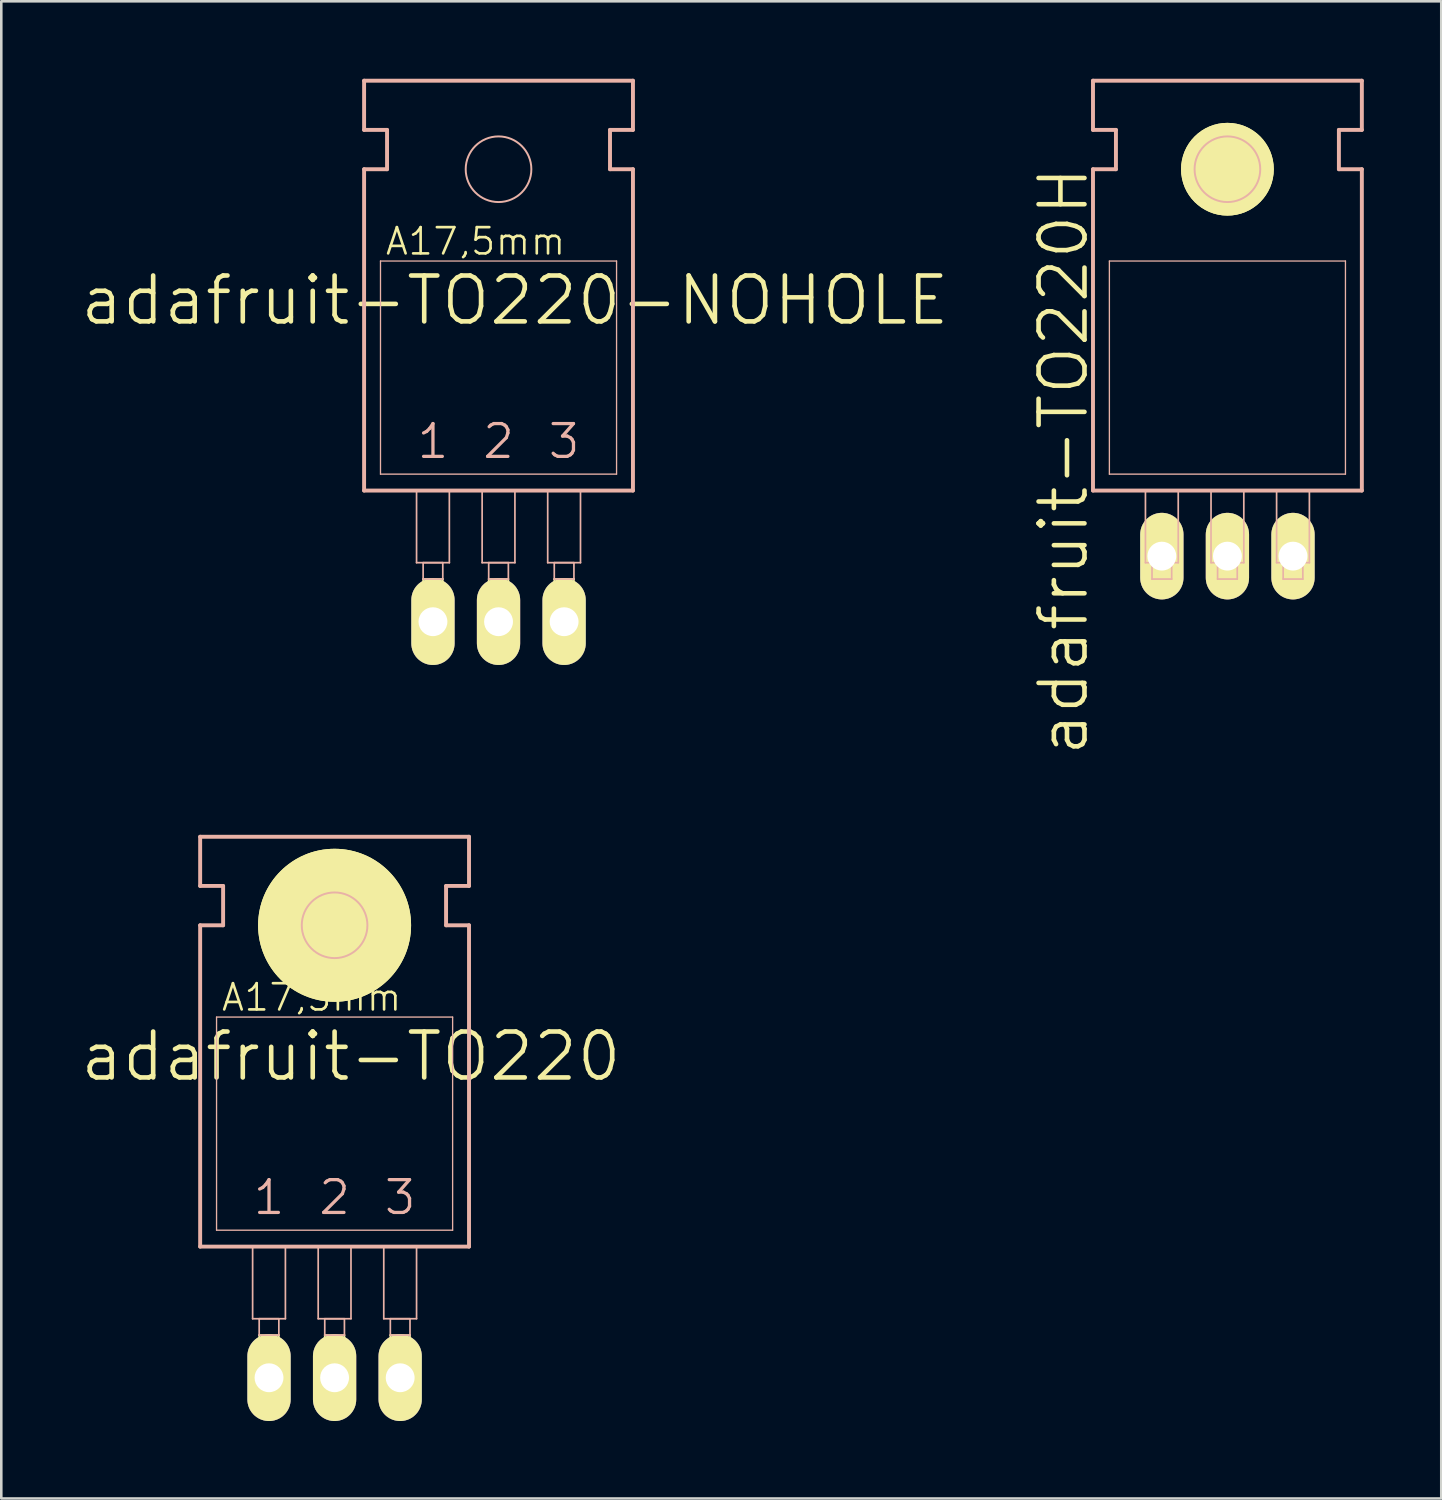
<source format=kicad_pcb>
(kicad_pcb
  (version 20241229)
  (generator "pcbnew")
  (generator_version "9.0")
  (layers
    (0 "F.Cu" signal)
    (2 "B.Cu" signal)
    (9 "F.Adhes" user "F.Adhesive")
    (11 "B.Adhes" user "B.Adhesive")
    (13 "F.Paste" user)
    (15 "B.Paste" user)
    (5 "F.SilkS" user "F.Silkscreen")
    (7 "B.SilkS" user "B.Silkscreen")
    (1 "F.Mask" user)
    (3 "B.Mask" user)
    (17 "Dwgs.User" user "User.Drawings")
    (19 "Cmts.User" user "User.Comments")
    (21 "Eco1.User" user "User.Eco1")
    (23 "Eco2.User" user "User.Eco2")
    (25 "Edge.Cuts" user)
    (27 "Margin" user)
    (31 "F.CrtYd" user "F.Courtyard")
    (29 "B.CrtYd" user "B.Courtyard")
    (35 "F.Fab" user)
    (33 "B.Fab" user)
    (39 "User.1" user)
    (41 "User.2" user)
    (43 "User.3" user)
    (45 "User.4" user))
  (footprint "adafruit-TO220"
    (layer "F.Cu")
    (at 9.91 43.966)
    (property "Reference" "adafruit-TO220" (at 0.635 -6.096 0) (layer "F.SilkS") (effects (font (size 1.778 1.778) (thickness 0.178))))
    (attr exclude_from_pos_files exclude_from_bom)
    (fp_line (start -2.921 4.699) (end -2.159 4.699) (stroke (width 0.066) (type solid)) (layer "F.SilkS"))
    (fp_line (start -2.921 6.604) (end -2.921 4.699) (stroke (width 0.066) (type solid)) (layer "F.SilkS"))
    (fp_line (start -2.921 6.604) (end -2.159 6.604) (stroke (width 0.066) (type solid)) (layer "F.SilkS"))
    (fp_line (start -2.159 6.604) (end -2.159 4.699) (stroke (width 0.066) (type solid)) (layer "F.SilkS"))
    (fp_line (start -1.651 -11.176) (end 1.651 -11.176) (stroke (width 0.127) (type solid)) (layer "F.SilkS"))
    (fp_line (start -0.381 4.699) (end 0.381 4.699) (stroke (width 0.066) (type solid)) (layer "F.SilkS"))
    (fp_line (start -0.381 6.604) (end -0.381 4.699) (stroke (width 0.066) (type solid)) (layer "F.SilkS"))
    (fp_line (start -0.381 6.604) (end 0.381 6.604) (stroke (width 0.066) (type solid)) (layer "F.SilkS"))
    (fp_line (start 0 -9.525) (end 0 -12.827) (stroke (width 0.127) (type solid)) (layer "F.SilkS"))
    (fp_line (start 0.381 6.604) (end 0.381 4.699) (stroke (width 0.066) (type solid)) (layer "F.SilkS"))
    (fp_line (start 2.159 4.699) (end 2.921 4.699) (stroke (width 0.066) (type solid)) (layer "F.SilkS"))
    (fp_line (start 2.159 6.604) (end 2.159 4.699) (stroke (width 0.066) (type solid)) (layer "F.SilkS"))
    (fp_line (start 2.159 6.604) (end 2.921 6.604) (stroke (width 0.066) (type solid)) (layer "F.SilkS"))
    (fp_line (start 2.921 6.604) (end 2.921 4.699) (stroke (width 0.066) (type solid)) (layer "F.SilkS"))
    (fp_circle (center 0 -11.176) (end -2.095 -13.271) (stroke (width 0) (type solid)) (fill yes) (layer "F.SilkS"))
    (fp_circle (center 0 -11.176) (end -2.095 -13.271) (stroke (width 0) (type solid)) (fill yes) (layer "F.SilkS"))
    (fp_circle (center 0 -11.176) (end -0.826 -12.002) (stroke (width 0.127) (type solid)) (fill no) (layer "F.SilkS"))
    (fp_line (start -5.207 -12.7) (end -5.207 -14.605) (stroke (width 0.152) (type solid)) (layer "B.SilkS"))
    (fp_line (start -5.207 -11.176) (end -4.318 -11.176) (stroke (width 0.152) (type solid)) (layer "B.SilkS"))
    (fp_line (start -5.207 1.27) (end -5.207 -11.176) (stroke (width 0.152) (type solid)) (layer "B.SilkS"))
    (fp_line (start -5.207 1.27) (end 5.207 1.27) (stroke (width 0.152) (type solid)) (layer "B.SilkS"))
    (fp_line (start -4.572 0.635) (end -4.572 -7.62) (stroke (width 0.051) (type solid)) (layer "B.SilkS"))
    (fp_line (start -4.572 0.635) (end 4.572 0.635) (stroke (width 0.051) (type solid)) (layer "B.SilkS"))
    (fp_line (start -4.318 -12.7) (end -5.207 -12.7) (stroke (width 0.152) (type solid)) (layer "B.SilkS"))
    (fp_line (start -4.318 -11.176) (end -4.318 -12.7) (stroke (width 0.152) (type solid)) (layer "B.SilkS"))
    (fp_line (start -3.175 1.27) (end -1.905 1.27) (stroke (width 0.066) (type solid)) (layer "B.SilkS"))
    (fp_line (start -3.175 4.064) (end -3.175 1.27) (stroke (width 0.066) (type solid)) (layer "B.SilkS"))
    (fp_line (start -3.175 4.064) (end -1.905 4.064) (stroke (width 0.066) (type solid)) (layer "B.SilkS"))
    (fp_line (start -2.921 4.064) (end -2.159 4.064) (stroke (width 0.066) (type solid)) (layer "B.SilkS"))
    (fp_line (start -2.921 4.699) (end -2.921 4.064) (stroke (width 0.066) (type solid)) (layer "B.SilkS"))
    (fp_line (start -2.921 4.699) (end -2.159 4.699) (stroke (width 0.066) (type solid)) (layer "B.SilkS"))
    (fp_line (start -2.159 4.699) (end -2.159 4.064) (stroke (width 0.066) (type solid)) (layer "B.SilkS"))
    (fp_line (start -1.905 4.064) (end -1.905 1.27) (stroke (width 0.066) (type solid)) (layer "B.SilkS"))
    (fp_line (start -0.635 1.27) (end 0.635 1.27) (stroke (width 0.066) (type solid)) (layer "B.SilkS"))
    (fp_line (start -0.635 4.064) (end -0.635 1.27) (stroke (width 0.066) (type solid)) (layer "B.SilkS"))
    (fp_line (start -0.635 4.064) (end 0.635 4.064) (stroke (width 0.066) (type solid)) (layer "B.SilkS"))
    (fp_line (start -0.381 4.064) (end 0.381 4.064) (stroke (width 0.066) (type solid)) (layer "B.SilkS"))
    (fp_line (start -0.381 4.699) (end -0.381 4.064) (stroke (width 0.066) (type solid)) (layer "B.SilkS"))
    (fp_line (start -0.381 4.699) (end 0.381 4.699) (stroke (width 0.066) (type solid)) (layer "B.SilkS"))
    (fp_line (start 0.381 4.699) (end 0.381 4.064) (stroke (width 0.066) (type solid)) (layer "B.SilkS"))
    (fp_line (start 0.635 4.064) (end 0.635 1.27) (stroke (width 0.066) (type solid)) (layer "B.SilkS"))
    (fp_line (start 1.905 1.27) (end 3.175 1.27) (stroke (width 0.066) (type solid)) (layer "B.SilkS"))
    (fp_line (start 1.905 4.064) (end 1.905 1.27) (stroke (width 0.066) (type solid)) (layer "B.SilkS"))
    (fp_line (start 1.905 4.064) (end 3.175 4.064) (stroke (width 0.066) (type solid)) (layer "B.SilkS"))
    (fp_line (start 2.159 4.064) (end 2.921 4.064) (stroke (width 0.066) (type solid)) (layer "B.SilkS"))
    (fp_line (start 2.159 4.699) (end 2.159 4.064) (stroke (width 0.066) (type solid)) (layer "B.SilkS"))
    (fp_line (start 2.159 4.699) (end 2.921 4.699) (stroke (width 0.066) (type solid)) (layer "B.SilkS"))
    (fp_line (start 2.921 4.699) (end 2.921 4.064) (stroke (width 0.066) (type solid)) (layer "B.SilkS"))
    (fp_line (start 3.175 4.064) (end 3.175 1.27) (stroke (width 0.066) (type solid)) (layer "B.SilkS"))
    (fp_line (start 4.318 -12.7) (end 5.207 -12.7) (stroke (width 0.152) (type solid)) (layer "B.SilkS"))
    (fp_line (start 4.318 -11.176) (end 4.318 -12.7) (stroke (width 0.152) (type solid)) (layer "B.SilkS"))
    (fp_line (start 4.572 -7.62) (end -4.572 -7.62) (stroke (width 0.051) (type solid)) (layer "B.SilkS"))
    (fp_line (start 4.572 -7.62) (end 4.572 0.635) (stroke (width 0.051) (type solid)) (layer "B.SilkS"))
    (fp_line (start 5.207 -14.605) (end -5.207 -14.605) (stroke (width 0.152) (type solid)) (layer "B.SilkS"))
    (fp_line (start 5.207 -12.7) (end 5.207 -14.605) (stroke (width 0.152) (type solid)) (layer "B.SilkS"))
    (fp_line (start 5.207 -11.176) (end 4.318 -11.176) (stroke (width 0.152) (type solid)) (layer "B.SilkS"))
    (fp_line (start 5.207 1.27) (end 5.207 -11.176) (stroke (width 0.152) (type solid)) (layer "B.SilkS"))
    (fp_circle (center 0 -11.176) (end -0.899 -12.075) (stroke (width 0.076) (type solid)) (fill no) (layer "B.SilkS"))
    (fp_text user "A17,5mm" (at -0.889 -8.382 0) (layer "F.SilkS") (effects (font (size 1.016 1.016) (thickness 0.102))))
    (fp_text user "1" (at -2.54 -0.635 0) (layer "B.SilkS") (effects (font (size 1.27 1.27) (thickness 0.127))))
    (fp_text user "3" (at 2.54 -0.635 0) (layer "B.SilkS") (effects (font (size 1.27 1.27) (thickness 0.127))))
    (fp_text user "2" (at 0 -0.635 0) (layer "B.SilkS") (effects (font (size 1.27 1.27) (thickness 0.127))))
    (pad "1" thru_hole oval (at -2.54 6.35 180) (size 1.676 3.353) (drill 1.118) (layers "*.Cu" "F.Mask" "F.SilkS" "F.Paste"))
    (pad "2" thru_hole oval (at 0 6.35 180) (size 1.676 3.353) (drill 1.118) (layers "*.Cu" "F.Mask" "F.SilkS" "F.Paste"))
    (pad "3" thru_hole oval (at 2.54 6.35 180) (size 1.676 3.353) (drill 1.118) (layers "*.Cu" "F.Mask" "F.SilkS" "F.Paste")))
  (footprint "adafruit-TO220H"
    (layer "F.Cu")
    (at 44.493 8.331)
    (property "Reference" "adafruit-TO220H" (at -6.35 6.477 90) (layer "F.SilkS") (effects (font (size 1.778 1.778) (thickness 0.178))))
    (attr exclude_from_pos_files exclude_from_bom)
    (fp_line (start -1.651 -4.826) (end 1.651 -4.826) (stroke (width 0.127) (type solid)) (layer "F.SilkS"))
    (fp_line (start 0 -3.175) (end 0 -6.477) (stroke (width 0.127) (type solid)) (layer "F.SilkS"))
    (fp_circle (center 0 -4.826) (end -1.27 -6.096) (stroke (width 0) (type solid)) (fill yes) (layer "F.SilkS"))
    (fp_circle (center 0 -4.826) (end -1.27 -6.096) (stroke (width 0) (type solid)) (fill yes) (layer "F.SilkS"))
    (fp_circle (center 0 -4.826) (end -0.826 -5.652) (stroke (width 0.127) (type solid)) (fill no) (layer "F.SilkS"))
    (fp_line (start -5.207 -6.35) (end -5.207 -8.255) (stroke (width 0.152) (type solid)) (layer "B.SilkS"))
    (fp_line (start -5.207 -4.826) (end -4.318 -4.826) (stroke (width 0.152) (type solid)) (layer "B.SilkS"))
    (fp_line (start -5.207 7.62) (end -5.207 -4.826) (stroke (width 0.152) (type solid)) (layer "B.SilkS"))
    (fp_line (start -5.207 7.62) (end 5.207 7.62) (stroke (width 0.152) (type solid)) (layer "B.SilkS"))
    (fp_line (start -4.572 6.985) (end -4.572 -1.27) (stroke (width 0.051) (type solid)) (layer "B.SilkS"))
    (fp_line (start -4.572 6.985) (end 4.572 6.985) (stroke (width 0.051) (type solid)) (layer "B.SilkS"))
    (fp_line (start -4.318 -6.35) (end -5.207 -6.35) (stroke (width 0.152) (type solid)) (layer "B.SilkS"))
    (fp_line (start -4.318 -4.826) (end -4.318 -6.35) (stroke (width 0.152) (type solid)) (layer "B.SilkS"))
    (fp_line (start -3.175 7.62) (end -1.905 7.62) (stroke (width 0.066) (type solid)) (layer "B.SilkS"))
    (fp_line (start -3.175 10.414) (end -3.175 7.62) (stroke (width 0.066) (type solid)) (layer "B.SilkS"))
    (fp_line (start -3.175 10.414) (end -1.905 10.414) (stroke (width 0.066) (type solid)) (layer "B.SilkS"))
    (fp_line (start -2.921 10.414) (end -2.159 10.414) (stroke (width 0.066) (type solid)) (layer "B.SilkS"))
    (fp_line (start -2.921 11.049) (end -2.921 10.414) (stroke (width 0.066) (type solid)) (layer "B.SilkS"))
    (fp_line (start -2.921 11.049) (end -2.159 11.049) (stroke (width 0.066) (type solid)) (layer "B.SilkS"))
    (fp_line (start -2.159 11.049) (end -2.159 10.414) (stroke (width 0.066) (type solid)) (layer "B.SilkS"))
    (fp_line (start -1.905 10.414) (end -1.905 7.62) (stroke (width 0.066) (type solid)) (layer "B.SilkS"))
    (fp_line (start -0.635 7.62) (end 0.635 7.62) (stroke (width 0.066) (type solid)) (layer "B.SilkS"))
    (fp_line (start -0.635 10.414) (end -0.635 7.62) (stroke (width 0.066) (type solid)) (layer "B.SilkS"))
    (fp_line (start -0.635 10.414) (end 0.635 10.414) (stroke (width 0.066) (type solid)) (layer "B.SilkS"))
    (fp_line (start -0.381 10.414) (end 0.381 10.414) (stroke (width 0.066) (type solid)) (layer "B.SilkS"))
    (fp_line (start -0.381 11.049) (end -0.381 10.414) (stroke (width 0.066) (type solid)) (layer "B.SilkS"))
    (fp_line (start -0.381 11.049) (end 0.381 11.049) (stroke (width 0.066) (type solid)) (layer "B.SilkS"))
    (fp_line (start 0.381 11.049) (end 0.381 10.414) (stroke (width 0.066) (type solid)) (layer "B.SilkS"))
    (fp_line (start 0.635 10.414) (end 0.635 7.62) (stroke (width 0.066) (type solid)) (layer "B.SilkS"))
    (fp_line (start 1.905 7.62) (end 3.175 7.62) (stroke (width 0.066) (type solid)) (layer "B.SilkS"))
    (fp_line (start 1.905 10.414) (end 1.905 7.62) (stroke (width 0.066) (type solid)) (layer "B.SilkS"))
    (fp_line (start 1.905 10.414) (end 3.175 10.414) (stroke (width 0.066) (type solid)) (layer "B.SilkS"))
    (fp_line (start 2.159 10.414) (end 2.921 10.414) (stroke (width 0.066) (type solid)) (layer "B.SilkS"))
    (fp_line (start 2.159 11.049) (end 2.159 10.414) (stroke (width 0.066) (type solid)) (layer "B.SilkS"))
    (fp_line (start 2.159 11.049) (end 2.921 11.049) (stroke (width 0.066) (type solid)) (layer "B.SilkS"))
    (fp_line (start 2.921 11.049) (end 2.921 10.414) (stroke (width 0.066) (type solid)) (layer "B.SilkS"))
    (fp_line (start 3.175 10.414) (end 3.175 7.62) (stroke (width 0.066) (type solid)) (layer "B.SilkS"))
    (fp_line (start 4.318 -6.35) (end 5.207 -6.35) (stroke (width 0.152) (type solid)) (layer "B.SilkS"))
    (fp_line (start 4.318 -4.826) (end 4.318 -6.35) (stroke (width 0.152) (type solid)) (layer "B.SilkS"))
    (fp_line (start 4.572 -1.27) (end -4.572 -1.27) (stroke (width 0.051) (type solid)) (layer "B.SilkS"))
    (fp_line (start 4.572 -1.27) (end 4.572 6.985) (stroke (width 0.051) (type solid)) (layer "B.SilkS"))
    (fp_line (start 5.207 -8.255) (end -5.207 -8.255) (stroke (width 0.152) (type solid)) (layer "B.SilkS"))
    (fp_line (start 5.207 -6.35) (end 5.207 -8.255) (stroke (width 0.152) (type solid)) (layer "B.SilkS"))
    (fp_line (start 5.207 -4.826) (end 4.318 -4.826) (stroke (width 0.152) (type solid)) (layer "B.SilkS"))
    (fp_line (start 5.207 7.62) (end 5.207 -4.826) (stroke (width 0.152) (type solid)) (layer "B.SilkS"))
    (fp_circle (center 0 -4.826) (end -0.899 -5.725) (stroke (width 0.076) (type solid)) (fill no) (layer "B.SilkS"))
    (pad "1" thru_hole oval (at -2.54 10.16 180) (size 1.676 3.353) (drill 1.118) (layers "*.Cu" "F.Mask" "F.SilkS" "F.Paste"))
    (pad "2" thru_hole oval (at 0 10.16 180) (size 1.676 3.353) (drill 1.118) (layers "*.Cu" "F.Mask" "F.SilkS" "F.Paste"))
    (pad "3" thru_hole oval (at 2.54 10.16 180) (size 1.676 3.353) (drill 1.118) (layers "*.Cu" "F.Mask" "F.SilkS" "F.Paste")))
  (footprint "adafruit-TO220-NOHOLE"
    (layer "F.Cu")
    (at 16.26 14.681)
    (property "Reference" "adafruit-TO220-NOHOLE" (at 0.635 -6.096 0) (layer "F.SilkS") (effects (font (size 1.778 1.778) (thickness 0.178))))
    (attr exclude_from_pos_files exclude_from_bom)
    (fp_line (start -2.921 4.699) (end -2.159 4.699) (stroke (width 0.066) (type solid)) (layer "F.SilkS"))
    (fp_line (start -2.921 6.604) (end -2.921 4.699) (stroke (width 0.066) (type solid)) (layer "F.SilkS"))
    (fp_line (start -2.921 6.604) (end -2.159 6.604) (stroke (width 0.066) (type solid)) (layer "F.SilkS"))
    (fp_line (start -2.159 6.604) (end -2.159 4.699) (stroke (width 0.066) (type solid)) (layer "F.SilkS"))
    (fp_line (start -0.381 4.699) (end 0.381 4.699) (stroke (width 0.066) (type solid)) (layer "F.SilkS"))
    (fp_line (start -0.381 6.604) (end -0.381 4.699) (stroke (width 0.066) (type solid)) (layer "F.SilkS"))
    (fp_line (start -0.381 6.604) (end 0.381 6.604) (stroke (width 0.066) (type solid)) (layer "F.SilkS"))
    (fp_line (start 0.381 6.604) (end 0.381 4.699) (stroke (width 0.066) (type solid)) (layer "F.SilkS"))
    (fp_line (start 2.159 4.699) (end 2.921 4.699) (stroke (width 0.066) (type solid)) (layer "F.SilkS"))
    (fp_line (start 2.159 6.604) (end 2.159 4.699) (stroke (width 0.066) (type solid)) (layer "F.SilkS"))
    (fp_line (start 2.159 6.604) (end 2.921 6.604) (stroke (width 0.066) (type solid)) (layer "F.SilkS"))
    (fp_line (start 2.921 6.604) (end 2.921 4.699) (stroke (width 0.066) (type solid)) (layer "F.SilkS"))
    (fp_line (start -5.207 -12.7) (end -5.207 -14.605) (stroke (width 0.152) (type solid)) (layer "B.SilkS"))
    (fp_line (start -5.207 -11.176) (end -4.318 -11.176) (stroke (width 0.152) (type solid)) (layer "B.SilkS"))
    (fp_line (start -5.207 1.27) (end -5.207 -11.176) (stroke (width 0.152) (type solid)) (layer "B.SilkS"))
    (fp_line (start -5.207 1.27) (end 5.207 1.27) (stroke (width 0.152) (type solid)) (layer "B.SilkS"))
    (fp_line (start -4.572 0.635) (end -4.572 -7.62) (stroke (width 0.051) (type solid)) (layer "B.SilkS"))
    (fp_line (start -4.572 0.635) (end 4.572 0.635) (stroke (width 0.051) (type solid)) (layer "B.SilkS"))
    (fp_line (start -4.318 -12.7) (end -5.207 -12.7) (stroke (width 0.152) (type solid)) (layer "B.SilkS"))
    (fp_line (start -4.318 -11.176) (end -4.318 -12.7) (stroke (width 0.152) (type solid)) (layer "B.SilkS"))
    (fp_line (start -3.175 1.27) (end -1.905 1.27) (stroke (width 0.066) (type solid)) (layer "B.SilkS"))
    (fp_line (start -3.175 4.064) (end -3.175 1.27) (stroke (width 0.066) (type solid)) (layer "B.SilkS"))
    (fp_line (start -3.175 4.064) (end -1.905 4.064) (stroke (width 0.066) (type solid)) (layer "B.SilkS"))
    (fp_line (start -2.921 4.064) (end -2.159 4.064) (stroke (width 0.066) (type solid)) (layer "B.SilkS"))
    (fp_line (start -2.921 4.699) (end -2.921 4.064) (stroke (width 0.066) (type solid)) (layer "B.SilkS"))
    (fp_line (start -2.921 4.699) (end -2.159 4.699) (stroke (width 0.066) (type solid)) (layer "B.SilkS"))
    (fp_line (start -2.159 4.699) (end -2.159 4.064) (stroke (width 0.066) (type solid)) (layer "B.SilkS"))
    (fp_line (start -1.905 4.064) (end -1.905 1.27) (stroke (width 0.066) (type solid)) (layer "B.SilkS"))
    (fp_line (start -0.635 1.27) (end 0.635 1.27) (stroke (width 0.066) (type solid)) (layer "B.SilkS"))
    (fp_line (start -0.635 4.064) (end -0.635 1.27) (stroke (width 0.066) (type solid)) (layer "B.SilkS"))
    (fp_line (start -0.635 4.064) (end 0.635 4.064) (stroke (width 0.066) (type solid)) (layer "B.SilkS"))
    (fp_line (start -0.381 4.064) (end 0.381 4.064) (stroke (width 0.066) (type solid)) (layer "B.SilkS"))
    (fp_line (start -0.381 4.699) (end -0.381 4.064) (stroke (width 0.066) (type solid)) (layer "B.SilkS"))
    (fp_line (start -0.381 4.699) (end 0.381 4.699) (stroke (width 0.066) (type solid)) (layer "B.SilkS"))
    (fp_line (start 0.381 4.699) (end 0.381 4.064) (stroke (width 0.066) (type solid)) (layer "B.SilkS"))
    (fp_line (start 0.635 4.064) (end 0.635 1.27) (stroke (width 0.066) (type solid)) (layer "B.SilkS"))
    (fp_line (start 1.905 1.27) (end 3.175 1.27) (stroke (width 0.066) (type solid)) (layer "B.SilkS"))
    (fp_line (start 1.905 4.064) (end 1.905 1.27) (stroke (width 0.066) (type solid)) (layer "B.SilkS"))
    (fp_line (start 1.905 4.064) (end 3.175 4.064) (stroke (width 0.066) (type solid)) (layer "B.SilkS"))
    (fp_line (start 2.159 4.064) (end 2.921 4.064) (stroke (width 0.066) (type solid)) (layer "B.SilkS"))
    (fp_line (start 2.159 4.699) (end 2.159 4.064) (stroke (width 0.066) (type solid)) (layer "B.SilkS"))
    (fp_line (start 2.159 4.699) (end 2.921 4.699) (stroke (width 0.066) (type solid)) (layer "B.SilkS"))
    (fp_line (start 2.921 4.699) (end 2.921 4.064) (stroke (width 0.066) (type solid)) (layer "B.SilkS"))
    (fp_line (start 3.175 4.064) (end 3.175 1.27) (stroke (width 0.066) (type solid)) (layer "B.SilkS"))
    (fp_line (start 4.318 -12.7) (end 5.207 -12.7) (stroke (width 0.152) (type solid)) (layer "B.SilkS"))
    (fp_line (start 4.318 -11.176) (end 4.318 -12.7) (stroke (width 0.152) (type solid)) (layer "B.SilkS"))
    (fp_line (start 4.572 -7.62) (end -4.572 -7.62) (stroke (width 0.051) (type solid)) (layer "B.SilkS"))
    (fp_line (start 4.572 -7.62) (end 4.572 0.635) (stroke (width 0.051) (type solid)) (layer "B.SilkS"))
    (fp_line (start 5.207 -14.605) (end -5.207 -14.605) (stroke (width 0.152) (type solid)) (layer "B.SilkS"))
    (fp_line (start 5.207 -12.7) (end 5.207 -14.605) (stroke (width 0.152) (type solid)) (layer "B.SilkS"))
    (fp_line (start 5.207 -11.176) (end 4.318 -11.176) (stroke (width 0.152) (type solid)) (layer "B.SilkS"))
    (fp_line (start 5.207 1.27) (end 5.207 -11.176) (stroke (width 0.152) (type solid)) (layer "B.SilkS"))
    (fp_circle (center 0 -11.176) (end -0.899 -12.075) (stroke (width 0.076) (type solid)) (fill no) (layer "B.SilkS"))
    (fp_text user "A17,5mm" (at -0.889 -8.382 0) (layer "F.SilkS") (effects (font (size 1.016 1.016) (thickness 0.102))))
    (fp_text user "2" (at 0 -0.635 0) (layer "B.SilkS") (effects (font (size 1.27 1.27) (thickness 0.127))))
    (fp_text user "1" (at -2.54 -0.635 0) (layer "B.SilkS") (effects (font (size 1.27 1.27) (thickness 0.127))))
    (fp_text user "3" (at 2.54 -0.635 0) (layer "B.SilkS") (effects (font (size 1.27 1.27) (thickness 0.127))))
    (pad "1" thru_hole oval (at -2.54 6.35 180) (size 1.676 3.353) (drill 1.118) (layers "*.Cu" "F.Mask" "F.SilkS" "F.Paste"))
    (pad "2" thru_hole oval (at 0 6.35 180) (size 1.676 3.353) (drill 1.118) (layers "*.Cu" "F.Mask" "F.SilkS" "F.Paste"))
    (pad "3" thru_hole oval (at 2.54 6.35 180) (size 1.676 3.353) (drill 1.118) (layers "*.Cu" "F.Mask" "F.SilkS" "F.Paste")))
  (gr_rect
    (start -3 -3)
    (end 52.776 54.992)
    (stroke (width 0.1) (type default))
    (fill no)
    (layer "Edge.Cuts")))
</source>
